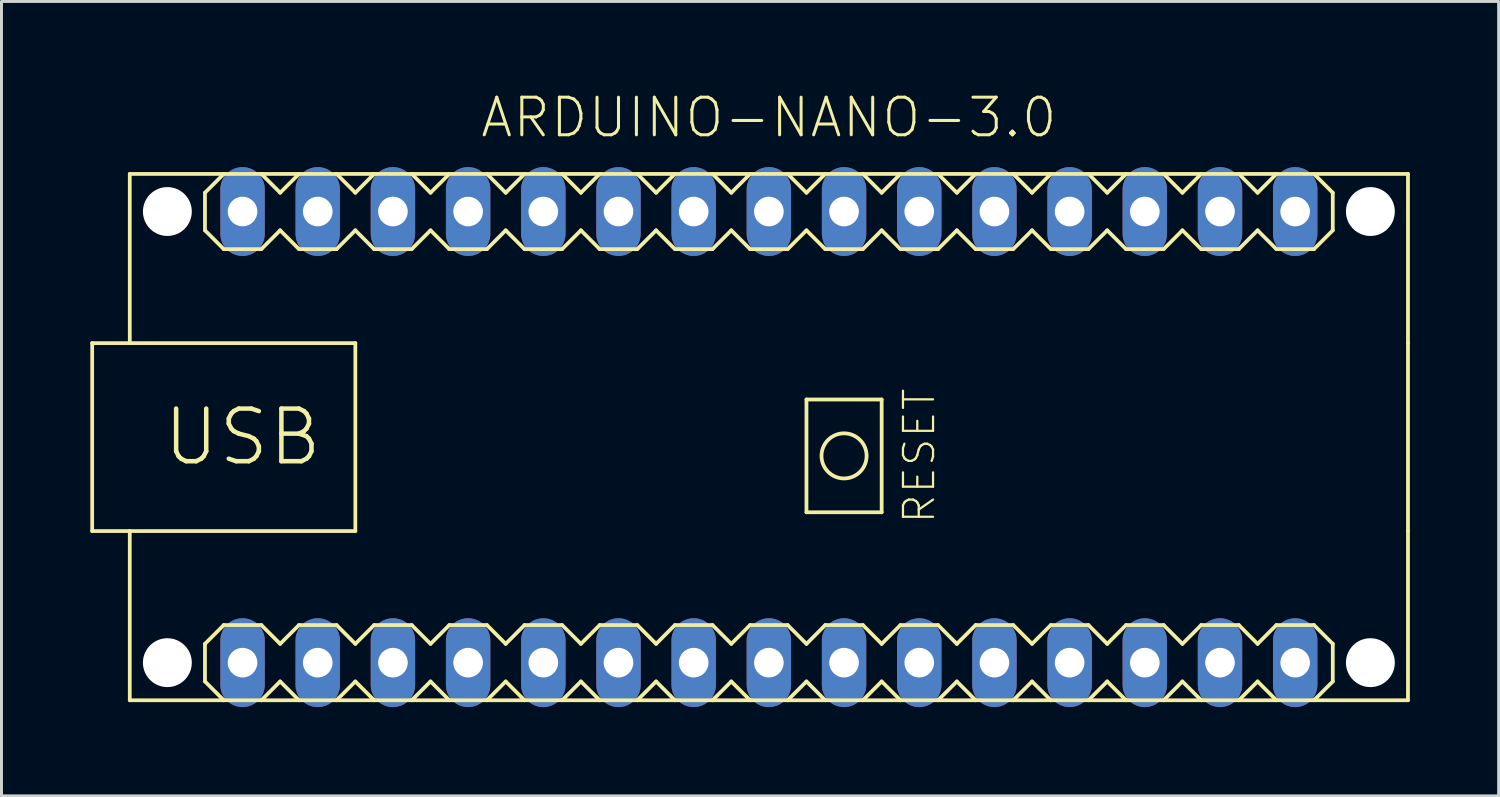
<source format=kicad_pcb>
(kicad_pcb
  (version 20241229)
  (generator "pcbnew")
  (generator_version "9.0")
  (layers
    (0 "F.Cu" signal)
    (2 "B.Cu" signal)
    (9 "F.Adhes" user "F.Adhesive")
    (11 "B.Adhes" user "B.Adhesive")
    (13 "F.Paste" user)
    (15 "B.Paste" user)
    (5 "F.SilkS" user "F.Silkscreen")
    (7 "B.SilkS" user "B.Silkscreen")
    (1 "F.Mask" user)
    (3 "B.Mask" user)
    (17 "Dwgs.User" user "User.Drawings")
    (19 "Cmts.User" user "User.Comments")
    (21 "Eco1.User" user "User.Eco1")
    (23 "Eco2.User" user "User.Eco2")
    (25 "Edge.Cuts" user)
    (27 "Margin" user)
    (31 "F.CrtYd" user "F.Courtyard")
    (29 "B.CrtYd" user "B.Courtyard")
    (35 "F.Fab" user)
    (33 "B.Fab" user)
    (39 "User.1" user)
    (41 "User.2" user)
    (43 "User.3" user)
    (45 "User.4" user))
  (footprint "ARDUINO-NANO-3.0"
    (layer "F.Cu")
    (at 22.924 11.716)
    (property "Reference" "ARDUINO-NANO-3.0" (at 0 -10.795 0) (layer "F.SilkS") (effects (font (size 1.27 1.27) (thickness 0.102))))
    (attr exclude_from_pos_files exclude_from_bom)
    (fp_line (start -22.86 -3.175) (end -22.86 3.175) (stroke (width 0.127) (type solid)) (layer "F.SilkS"))
    (fp_line (start -22.86 3.175) (end -21.59 3.175) (stroke (width 0.127) (type solid)) (layer "F.SilkS"))
    (fp_line (start -21.59 -8.89) (end -21.59 -3.175) (stroke (width 0.127) (type solid)) (layer "F.SilkS"))
    (fp_line (start -21.59 -3.175) (end -22.86 -3.175) (stroke (width 0.127) (type solid)) (layer "F.SilkS"))
    (fp_line (start -21.59 -3.175) (end -13.97 -3.175) (stroke (width 0.127) (type solid)) (layer "F.SilkS"))
    (fp_line (start -21.59 3.175) (end -21.59 8.89) (stroke (width 0.127) (type solid)) (layer "F.SilkS"))
    (fp_line (start -21.59 8.89) (end -18.415 8.89) (stroke (width 0.127) (type solid)) (layer "F.SilkS"))
    (fp_line (start -19.05 -8.255) (end -19.05 -6.985) (stroke (width 0.127) (type solid)) (layer "F.SilkS"))
    (fp_line (start -19.05 -6.985) (end -18.415 -6.35) (stroke (width 0.127) (type solid)) (layer "F.SilkS"))
    (fp_line (start -19.05 6.985) (end -19.05 8.255) (stroke (width 0.127) (type solid)) (layer "F.SilkS"))
    (fp_line (start -19.05 8.255) (end -18.415 8.89) (stroke (width 0.127) (type solid)) (layer "F.SilkS"))
    (fp_line (start -18.415 -8.89) (end -21.59 -8.89) (stroke (width 0.127) (type solid)) (layer "F.SilkS"))
    (fp_line (start -18.415 -8.89) (end -19.05 -8.255) (stroke (width 0.127) (type solid)) (layer "F.SilkS"))
    (fp_line (start -18.415 -6.35) (end -17.145 -6.35) (stroke (width 0.127) (type solid)) (layer "F.SilkS"))
    (fp_line (start -18.415 6.35) (end -19.05 6.985) (stroke (width 0.127) (type solid)) (layer "F.SilkS"))
    (fp_line (start -18.415 8.89) (end -17.145 8.89) (stroke (width 0.127) (type solid)) (layer "F.SilkS"))
    (fp_line (start -17.145 -8.89) (end -18.415 -8.89) (stroke (width 0.127) (type solid)) (layer "F.SilkS"))
    (fp_line (start -17.145 -6.35) (end -16.51 -6.985) (stroke (width 0.127) (type solid)) (layer "F.SilkS"))
    (fp_line (start -17.145 6.35) (end -18.415 6.35) (stroke (width 0.127) (type solid)) (layer "F.SilkS"))
    (fp_line (start -17.145 8.89) (end -16.51 8.255) (stroke (width 0.127) (type solid)) (layer "F.SilkS"))
    (fp_line (start -17.145 8.89) (end -15.875 8.89) (stroke (width 0.127) (type solid)) (layer "F.SilkS"))
    (fp_line (start -16.51 -8.255) (end -17.145 -8.89) (stroke (width 0.127) (type solid)) (layer "F.SilkS"))
    (fp_line (start -16.51 -6.985) (end -15.875 -6.35) (stroke (width 0.127) (type solid)) (layer "F.SilkS"))
    (fp_line (start -16.51 6.985) (end -17.145 6.35) (stroke (width 0.127) (type solid)) (layer "F.SilkS"))
    (fp_line (start -16.51 8.255) (end -15.875 8.89) (stroke (width 0.127) (type solid)) (layer "F.SilkS"))
    (fp_line (start -15.875 -8.89) (end -17.145 -8.89) (stroke (width 0.127) (type solid)) (layer "F.SilkS"))
    (fp_line (start -15.875 -8.89) (end -16.51 -8.255) (stroke (width 0.127) (type solid)) (layer "F.SilkS"))
    (fp_line (start -15.875 -6.35) (end -14.605 -6.35) (stroke (width 0.127) (type solid)) (layer "F.SilkS"))
    (fp_line (start -15.875 6.35) (end -16.51 6.985) (stroke (width 0.127) (type solid)) (layer "F.SilkS"))
    (fp_line (start -15.875 8.89) (end -14.605 8.89) (stroke (width 0.127) (type solid)) (layer "F.SilkS"))
    (fp_line (start -14.605 -8.89) (end -15.875 -8.89) (stroke (width 0.127) (type solid)) (layer "F.SilkS"))
    (fp_line (start -14.605 -6.35) (end -13.97 -6.985) (stroke (width 0.127) (type solid)) (layer "F.SilkS"))
    (fp_line (start -14.605 6.35) (end -15.875 6.35) (stroke (width 0.127) (type solid)) (layer "F.SilkS"))
    (fp_line (start -14.605 8.89) (end -13.97 8.255) (stroke (width 0.127) (type solid)) (layer "F.SilkS"))
    (fp_line (start -14.605 8.89) (end -13.335 8.89) (stroke (width 0.127) (type solid)) (layer "F.SilkS"))
    (fp_line (start -13.97 -8.255) (end -14.605 -8.89) (stroke (width 0.127) (type solid)) (layer "F.SilkS"))
    (fp_line (start -13.97 -6.985) (end -13.335 -6.35) (stroke (width 0.127) (type solid)) (layer "F.SilkS"))
    (fp_line (start -13.97 -3.175) (end -13.97 3.175) (stroke (width 0.127) (type solid)) (layer "F.SilkS"))
    (fp_line (start -13.97 3.175) (end -21.59 3.175) (stroke (width 0.127) (type solid)) (layer "F.SilkS"))
    (fp_line (start -13.97 6.985) (end -14.605 6.35) (stroke (width 0.127) (type solid)) (layer "F.SilkS"))
    (fp_line (start -13.97 8.255) (end -13.335 8.89) (stroke (width 0.127) (type solid)) (layer "F.SilkS"))
    (fp_line (start -13.335 -8.89) (end -14.605 -8.89) (stroke (width 0.127) (type solid)) (layer "F.SilkS"))
    (fp_line (start -13.335 -8.89) (end -13.97 -8.255) (stroke (width 0.127) (type solid)) (layer "F.SilkS"))
    (fp_line (start -13.335 -6.35) (end -12.065 -6.35) (stroke (width 0.127) (type solid)) (layer "F.SilkS"))
    (fp_line (start -13.335 6.35) (end -13.97 6.985) (stroke (width 0.127) (type solid)) (layer "F.SilkS"))
    (fp_line (start -13.335 8.89) (end -12.065 8.89) (stroke (width 0.127) (type solid)) (layer "F.SilkS"))
    (fp_line (start -12.065 -8.89) (end -13.335 -8.89) (stroke (width 0.127) (type solid)) (layer "F.SilkS"))
    (fp_line (start -12.065 -6.35) (end -11.43 -6.985) (stroke (width 0.127) (type solid)) (layer "F.SilkS"))
    (fp_line (start -12.065 6.35) (end -13.335 6.35) (stroke (width 0.127) (type solid)) (layer "F.SilkS"))
    (fp_line (start -12.065 8.89) (end -11.43 8.255) (stroke (width 0.127) (type solid)) (layer "F.SilkS"))
    (fp_line (start -12.065 8.89) (end -9.525 8.89) (stroke (width 0.127) (type solid)) (layer "F.SilkS"))
    (fp_line (start -11.43 -8.255) (end -12.065 -8.89) (stroke (width 0.127) (type solid)) (layer "F.SilkS"))
    (fp_line (start -11.43 -6.985) (end -10.795 -6.35) (stroke (width 0.127) (type solid)) (layer "F.SilkS"))
    (fp_line (start -11.43 6.985) (end -12.065 6.35) (stroke (width 0.127) (type solid)) (layer "F.SilkS"))
    (fp_line (start -10.795 -8.89) (end -11.43 -8.255) (stroke (width 0.127) (type solid)) (layer "F.SilkS"))
    (fp_line (start -10.795 -6.35) (end -9.525 -6.35) (stroke (width 0.127) (type solid)) (layer "F.SilkS"))
    (fp_line (start -10.795 6.35) (end -11.43 6.985) (stroke (width 0.127) (type solid)) (layer "F.SilkS"))
    (fp_line (start -10.795 6.35) (end -9.525 6.35) (stroke (width 0.127) (type solid)) (layer "F.SilkS"))
    (fp_line (start -10.795 8.89) (end -11.43 8.255) (stroke (width 0.127) (type solid)) (layer "F.SilkS"))
    (fp_line (start -9.525 -6.35) (end -8.89 -6.985) (stroke (width 0.127) (type solid)) (layer "F.SilkS"))
    (fp_line (start -9.525 6.35) (end -8.89 6.985) (stroke (width 0.127) (type solid)) (layer "F.SilkS"))
    (fp_line (start -9.525 8.89) (end -8.89 8.255) (stroke (width 0.127) (type solid)) (layer "F.SilkS"))
    (fp_line (start -9.525 8.89) (end -8.255 8.89) (stroke (width 0.127) (type solid)) (layer "F.SilkS"))
    (fp_line (start -8.89 -8.255) (end -9.525 -8.89) (stroke (width 0.127) (type solid)) (layer "F.SilkS"))
    (fp_line (start -8.89 -6.985) (end -8.255 -6.35) (stroke (width 0.127) (type solid)) (layer "F.SilkS"))
    (fp_line (start -8.89 6.985) (end -8.255 6.35) (stroke (width 0.127) (type solid)) (layer "F.SilkS"))
    (fp_line (start -8.89 8.255) (end -8.255 8.89) (stroke (width 0.127) (type solid)) (layer "F.SilkS"))
    (fp_line (start -8.255 -8.89) (end -8.89 -8.255) (stroke (width 0.127) (type solid)) (layer "F.SilkS"))
    (fp_line (start -8.255 -6.35) (end -6.985 -6.35) (stroke (width 0.127) (type solid)) (layer "F.SilkS"))
    (fp_line (start -8.255 6.35) (end -6.985 6.35) (stroke (width 0.127) (type solid)) (layer "F.SilkS"))
    (fp_line (start -8.255 8.89) (end -6.985 8.89) (stroke (width 0.127) (type solid)) (layer "F.SilkS"))
    (fp_line (start -6.985 -6.35) (end -6.35 -6.985) (stroke (width 0.127) (type solid)) (layer "F.SilkS"))
    (fp_line (start -6.985 6.35) (end -6.35 6.985) (stroke (width 0.127) (type solid)) (layer "F.SilkS"))
    (fp_line (start -6.985 8.89) (end -6.35 8.255) (stroke (width 0.127) (type solid)) (layer "F.SilkS"))
    (fp_line (start -6.985 8.89) (end -5.715 8.89) (stroke (width 0.127) (type solid)) (layer "F.SilkS"))
    (fp_line (start -6.35 -8.255) (end -6.985 -8.89) (stroke (width 0.127) (type solid)) (layer "F.SilkS"))
    (fp_line (start -6.35 -6.985) (end -5.715 -6.35) (stroke (width 0.127) (type solid)) (layer "F.SilkS"))
    (fp_line (start -6.35 6.985) (end -5.715 6.35) (stroke (width 0.127) (type solid)) (layer "F.SilkS"))
    (fp_line (start -6.35 8.255) (end -5.715 8.89) (stroke (width 0.127) (type solid)) (layer "F.SilkS"))
    (fp_line (start -5.715 -8.89) (end -6.35 -8.255) (stroke (width 0.127) (type solid)) (layer "F.SilkS"))
    (fp_line (start -5.715 -6.35) (end -4.445 -6.35) (stroke (width 0.127) (type solid)) (layer "F.SilkS"))
    (fp_line (start -5.715 6.35) (end -4.445 6.35) (stroke (width 0.127) (type solid)) (layer "F.SilkS"))
    (fp_line (start -5.715 8.89) (end -4.445 8.89) (stroke (width 0.127) (type solid)) (layer "F.SilkS"))
    (fp_line (start -4.445 -8.89) (end -12.065 -8.89) (stroke (width 0.127) (type solid)) (layer "F.SilkS"))
    (fp_line (start -4.445 -6.35) (end -3.81 -6.985) (stroke (width 0.127) (type solid)) (layer "F.SilkS"))
    (fp_line (start -4.445 6.35) (end -3.81 6.985) (stroke (width 0.127) (type solid)) (layer "F.SilkS"))
    (fp_line (start -4.445 8.89) (end -3.81 8.255) (stroke (width 0.127) (type solid)) (layer "F.SilkS"))
    (fp_line (start -4.445 8.89) (end -3.175 8.89) (stroke (width 0.127) (type solid)) (layer "F.SilkS"))
    (fp_line (start -3.81 -8.255) (end -4.445 -8.89) (stroke (width 0.127) (type solid)) (layer "F.SilkS"))
    (fp_line (start -3.81 -6.985) (end -3.175 -6.35) (stroke (width 0.127) (type solid)) (layer "F.SilkS"))
    (fp_line (start -3.81 6.985) (end -3.175 6.35) (stroke (width 0.127) (type solid)) (layer "F.SilkS"))
    (fp_line (start -3.81 8.255) (end -3.175 8.89) (stroke (width 0.127) (type solid)) (layer "F.SilkS"))
    (fp_line (start -3.175 -8.89) (end -3.81 -8.255) (stroke (width 0.127) (type solid)) (layer "F.SilkS"))
    (fp_line (start -3.175 -6.35) (end -1.905 -6.35) (stroke (width 0.127) (type solid)) (layer "F.SilkS"))
    (fp_line (start -3.175 6.35) (end -1.905 6.35) (stroke (width 0.127) (type solid)) (layer "F.SilkS"))
    (fp_line (start -3.175 8.89) (end -1.905 8.89) (stroke (width 0.127) (type solid)) (layer "F.SilkS"))
    (fp_line (start -1.905 -6.35) (end -1.27 -6.985) (stroke (width 0.127) (type solid)) (layer "F.SilkS"))
    (fp_line (start -1.905 6.35) (end -1.27 6.985) (stroke (width 0.127) (type solid)) (layer "F.SilkS"))
    (fp_line (start -1.905 8.89) (end -1.27 8.255) (stroke (width 0.127) (type solid)) (layer "F.SilkS"))
    (fp_line (start -1.905 8.89) (end -0.635 8.89) (stroke (width 0.127) (type solid)) (layer "F.SilkS"))
    (fp_line (start -1.27 -8.255) (end -1.905 -8.89) (stroke (width 0.127) (type solid)) (layer "F.SilkS"))
    (fp_line (start -1.27 -6.985) (end -0.635 -6.35) (stroke (width 0.127) (type solid)) (layer "F.SilkS"))
    (fp_line (start -1.27 6.985) (end -0.635 6.35) (stroke (width 0.127) (type solid)) (layer "F.SilkS"))
    (fp_line (start -1.27 8.255) (end -0.635 8.89) (stroke (width 0.127) (type solid)) (layer "F.SilkS"))
    (fp_line (start -0.635 -8.89) (end -1.27 -8.255) (stroke (width 0.127) (type solid)) (layer "F.SilkS"))
    (fp_line (start -0.635 -6.35) (end 0.635 -6.35) (stroke (width 0.127) (type solid)) (layer "F.SilkS"))
    (fp_line (start -0.635 6.35) (end 0.635 6.35) (stroke (width 0.127) (type solid)) (layer "F.SilkS"))
    (fp_line (start -0.635 8.89) (end 0.635 8.89) (stroke (width 0.127) (type solid)) (layer "F.SilkS"))
    (fp_line (start 0.635 -6.35) (end 1.27 -6.985) (stroke (width 0.127) (type solid)) (layer "F.SilkS"))
    (fp_line (start 0.635 6.35) (end 1.27 6.985) (stroke (width 0.127) (type solid)) (layer "F.SilkS"))
    (fp_line (start 0.635 8.89) (end 1.27 8.255) (stroke (width 0.127) (type solid)) (layer "F.SilkS"))
    (fp_line (start 0.635 8.89) (end 1.905 8.89) (stroke (width 0.127) (type solid)) (layer "F.SilkS"))
    (fp_line (start 1.27 -8.255) (end 0.635 -8.89) (stroke (width 0.127) (type solid)) (layer "F.SilkS"))
    (fp_line (start 1.27 -6.985) (end 1.905 -6.35) (stroke (width 0.127) (type solid)) (layer "F.SilkS"))
    (fp_line (start 1.27 -1.27) (end 1.27 2.54) (stroke (width 0.127) (type solid)) (layer "F.SilkS"))
    (fp_line (start 1.27 2.54) (end 3.81 2.54) (stroke (width 0.127) (type solid)) (layer "F.SilkS"))
    (fp_line (start 1.27 6.985) (end 1.905 6.35) (stroke (width 0.127) (type solid)) (layer "F.SilkS"))
    (fp_line (start 1.27 8.255) (end 1.905 8.89) (stroke (width 0.127) (type solid)) (layer "F.SilkS"))
    (fp_line (start 1.905 -8.89) (end 1.27 -8.255) (stroke (width 0.127) (type solid)) (layer "F.SilkS"))
    (fp_line (start 1.905 -6.35) (end 3.175 -6.35) (stroke (width 0.127) (type solid)) (layer "F.SilkS"))
    (fp_line (start 1.905 6.35) (end 3.175 6.35) (stroke (width 0.127) (type solid)) (layer "F.SilkS"))
    (fp_line (start 1.905 8.89) (end 3.175 8.89) (stroke (width 0.127) (type solid)) (layer "F.SilkS"))
    (fp_line (start 3.175 -6.35) (end 3.81 -6.985) (stroke (width 0.127) (type solid)) (layer "F.SilkS"))
    (fp_line (start 3.175 6.35) (end 3.81 6.985) (stroke (width 0.127) (type solid)) (layer "F.SilkS"))
    (fp_line (start 3.175 8.89) (end 3.81 8.255) (stroke (width 0.127) (type solid)) (layer "F.SilkS"))
    (fp_line (start 3.175 8.89) (end 4.445 8.89) (stroke (width 0.127) (type solid)) (layer "F.SilkS"))
    (fp_line (start 3.81 -8.255) (end 3.175 -8.89) (stroke (width 0.127) (type solid)) (layer "F.SilkS"))
    (fp_line (start 3.81 -6.985) (end 4.445 -6.35) (stroke (width 0.127) (type solid)) (layer "F.SilkS"))
    (fp_line (start 3.81 -1.27) (end 1.27 -1.27) (stroke (width 0.127) (type solid)) (layer "F.SilkS"))
    (fp_line (start 3.81 2.54) (end 3.81 -1.27) (stroke (width 0.127) (type solid)) (layer "F.SilkS"))
    (fp_line (start 3.81 6.985) (end 4.445 6.35) (stroke (width 0.127) (type solid)) (layer "F.SilkS"))
    (fp_line (start 3.81 8.255) (end 4.445 8.89) (stroke (width 0.127) (type solid)) (layer "F.SilkS"))
    (fp_line (start 4.445 -8.89) (end 3.81 -8.255) (stroke (width 0.127) (type solid)) (layer "F.SilkS"))
    (fp_line (start 4.445 -6.35) (end 5.715 -6.35) (stroke (width 0.127) (type solid)) (layer "F.SilkS"))
    (fp_line (start 4.445 6.35) (end 5.715 6.35) (stroke (width 0.127) (type solid)) (layer "F.SilkS"))
    (fp_line (start 4.445 8.89) (end 5.715 8.89) (stroke (width 0.127) (type solid)) (layer "F.SilkS"))
    (fp_line (start 5.715 -6.35) (end 6.35 -6.985) (stroke (width 0.127) (type solid)) (layer "F.SilkS"))
    (fp_line (start 5.715 6.35) (end 6.35 6.985) (stroke (width 0.127) (type solid)) (layer "F.SilkS"))
    (fp_line (start 5.715 8.89) (end 6.35 8.255) (stroke (width 0.127) (type solid)) (layer "F.SilkS"))
    (fp_line (start 5.715 8.89) (end 6.985 8.89) (stroke (width 0.127) (type solid)) (layer "F.SilkS"))
    (fp_line (start 6.35 -8.255) (end 5.715 -8.89) (stroke (width 0.127) (type solid)) (layer "F.SilkS"))
    (fp_line (start 6.35 -6.985) (end 6.985 -6.35) (stroke (width 0.127) (type solid)) (layer "F.SilkS"))
    (fp_line (start 6.35 6.985) (end 6.985 6.35) (stroke (width 0.127) (type solid)) (layer "F.SilkS"))
    (fp_line (start 6.35 8.255) (end 6.985 8.89) (stroke (width 0.127) (type solid)) (layer "F.SilkS"))
    (fp_line (start 6.985 -8.89) (end 6.35 -8.255) (stroke (width 0.127) (type solid)) (layer "F.SilkS"))
    (fp_line (start 6.985 -6.35) (end 8.255 -6.35) (stroke (width 0.127) (type solid)) (layer "F.SilkS"))
    (fp_line (start 6.985 6.35) (end 8.255 6.35) (stroke (width 0.127) (type solid)) (layer "F.SilkS"))
    (fp_line (start 6.985 8.89) (end 8.255 8.89) (stroke (width 0.127) (type solid)) (layer "F.SilkS"))
    (fp_line (start 8.255 -6.35) (end 8.89 -6.985) (stroke (width 0.127) (type solid)) (layer "F.SilkS"))
    (fp_line (start 8.255 6.35) (end 8.89 6.985) (stroke (width 0.127) (type solid)) (layer "F.SilkS"))
    (fp_line (start 8.255 8.89) (end 8.89 8.255) (stroke (width 0.127) (type solid)) (layer "F.SilkS"))
    (fp_line (start 8.255 8.89) (end 9.525 8.89) (stroke (width 0.127) (type solid)) (layer "F.SilkS"))
    (fp_line (start 8.89 -8.255) (end 8.255 -8.89) (stroke (width 0.127) (type solid)) (layer "F.SilkS"))
    (fp_line (start 8.89 -6.985) (end 9.525 -6.35) (stroke (width 0.127) (type solid)) (layer "F.SilkS"))
    (fp_line (start 8.89 6.985) (end 9.525 6.35) (stroke (width 0.127) (type solid)) (layer "F.SilkS"))
    (fp_line (start 8.89 8.255) (end 9.525 8.89) (stroke (width 0.127) (type solid)) (layer "F.SilkS"))
    (fp_line (start 9.525 -8.89) (end 8.89 -8.255) (stroke (width 0.127) (type solid)) (layer "F.SilkS"))
    (fp_line (start 9.525 -6.35) (end 10.795 -6.35) (stroke (width 0.127) (type solid)) (layer "F.SilkS"))
    (fp_line (start 9.525 6.35) (end 10.795 6.35) (stroke (width 0.127) (type solid)) (layer "F.SilkS"))
    (fp_line (start 9.525 8.89) (end 10.795 8.89) (stroke (width 0.127) (type solid)) (layer "F.SilkS"))
    (fp_line (start 10.795 -6.35) (end 11.43 -6.985) (stroke (width 0.127) (type solid)) (layer "F.SilkS"))
    (fp_line (start 10.795 6.35) (end 11.43 6.985) (stroke (width 0.127) (type solid)) (layer "F.SilkS"))
    (fp_line (start 10.795 8.89) (end 11.43 8.255) (stroke (width 0.127) (type solid)) (layer "F.SilkS"))
    (fp_line (start 10.795 8.89) (end 12.065 8.89) (stroke (width 0.127) (type solid)) (layer "F.SilkS"))
    (fp_line (start 11.43 -8.255) (end 10.795 -8.89) (stroke (width 0.127) (type solid)) (layer "F.SilkS"))
    (fp_line (start 11.43 -8.255) (end 12.065 -8.89) (stroke (width 0.127) (type solid)) (layer "F.SilkS"))
    (fp_line (start 11.43 -6.985) (end 12.065 -6.35) (stroke (width 0.127) (type solid)) (layer "F.SilkS"))
    (fp_line (start 11.43 6.985) (end 12.065 6.35) (stroke (width 0.127) (type solid)) (layer "F.SilkS"))
    (fp_line (start 11.43 8.255) (end 12.065 8.89) (stroke (width 0.127) (type solid)) (layer "F.SilkS"))
    (fp_line (start 12.065 -8.89) (end -4.445 -8.89) (stroke (width 0.127) (type solid)) (layer "F.SilkS"))
    (fp_line (start 12.065 -6.35) (end 13.335 -6.35) (stroke (width 0.127) (type solid)) (layer "F.SilkS"))
    (fp_line (start 12.065 6.35) (end 13.335 6.35) (stroke (width 0.127) (type solid)) (layer "F.SilkS"))
    (fp_line (start 12.065 8.89) (end 13.335 8.89) (stroke (width 0.127) (type solid)) (layer "F.SilkS"))
    (fp_line (start 13.335 -6.35) (end 13.97 -6.985) (stroke (width 0.127) (type solid)) (layer "F.SilkS"))
    (fp_line (start 13.335 6.35) (end 13.97 6.985) (stroke (width 0.127) (type solid)) (layer "F.SilkS"))
    (fp_line (start 13.335 8.89) (end 13.97 8.255) (stroke (width 0.127) (type solid)) (layer "F.SilkS"))
    (fp_line (start 13.335 8.89) (end 14.605 8.89) (stroke (width 0.127) (type solid)) (layer "F.SilkS"))
    (fp_line (start 13.97 -8.255) (end 13.335 -8.89) (stroke (width 0.127) (type solid)) (layer "F.SilkS"))
    (fp_line (start 13.97 -6.985) (end 14.605 -6.35) (stroke (width 0.127) (type solid)) (layer "F.SilkS"))
    (fp_line (start 13.97 6.985) (end 14.605 6.35) (stroke (width 0.127) (type solid)) (layer "F.SilkS"))
    (fp_line (start 13.97 8.255) (end 14.605 8.89) (stroke (width 0.127) (type solid)) (layer "F.SilkS"))
    (fp_line (start 14.605 -8.89) (end 13.97 -8.255) (stroke (width 0.127) (type solid)) (layer "F.SilkS"))
    (fp_line (start 14.605 -6.35) (end 15.875 -6.35) (stroke (width 0.127) (type solid)) (layer "F.SilkS"))
    (fp_line (start 14.605 6.35) (end 15.875 6.35) (stroke (width 0.127) (type solid)) (layer "F.SilkS"))
    (fp_line (start 14.605 8.89) (end 15.875 8.89) (stroke (width 0.127) (type solid)) (layer "F.SilkS"))
    (fp_line (start 15.875 -8.89) (end 12.065 -8.89) (stroke (width 0.127) (type solid)) (layer "F.SilkS"))
    (fp_line (start 15.875 -6.35) (end 16.51 -6.985) (stroke (width 0.127) (type solid)) (layer "F.SilkS"))
    (fp_line (start 15.875 6.35) (end 16.51 6.985) (stroke (width 0.127) (type solid)) (layer "F.SilkS"))
    (fp_line (start 15.875 8.89) (end 17.145 8.89) (stroke (width 0.127) (type solid)) (layer "F.SilkS"))
    (fp_line (start 16.51 -8.255) (end 15.875 -8.89) (stroke (width 0.127) (type solid)) (layer "F.SilkS"))
    (fp_line (start 16.51 -6.985) (end 17.145 -6.35) (stroke (width 0.127) (type solid)) (layer "F.SilkS"))
    (fp_line (start 16.51 6.985) (end 17.145 6.35) (stroke (width 0.127) (type solid)) (layer "F.SilkS"))
    (fp_line (start 16.51 8.255) (end 15.875 8.89) (stroke (width 0.127) (type solid)) (layer "F.SilkS"))
    (fp_line (start 17.145 -8.89) (end 16.51 -8.255) (stroke (width 0.127) (type solid)) (layer "F.SilkS"))
    (fp_line (start 17.145 -6.35) (end 18.415 -6.35) (stroke (width 0.127) (type solid)) (layer "F.SilkS"))
    (fp_line (start 17.145 6.35) (end 18.415 6.35) (stroke (width 0.127) (type solid)) (layer "F.SilkS"))
    (fp_line (start 17.145 8.89) (end 16.51 8.255) (stroke (width 0.127) (type solid)) (layer "F.SilkS"))
    (fp_line (start 18.415 -6.35) (end 19.05 -6.985) (stroke (width 0.127) (type solid)) (layer "F.SilkS"))
    (fp_line (start 18.415 8.89) (end 19.05 8.255) (stroke (width 0.127) (type solid)) (layer "F.SilkS"))
    (fp_line (start 19.05 -8.255) (end 18.415 -8.89) (stroke (width 0.127) (type solid)) (layer "F.SilkS"))
    (fp_line (start 19.05 -8.255) (end 19.05 -6.985) (stroke (width 0.127) (type solid)) (layer "F.SilkS"))
    (fp_line (start 19.05 6.985) (end 18.415 6.35) (stroke (width 0.127) (type solid)) (layer "F.SilkS"))
    (fp_line (start 19.05 6.985) (end 19.05 8.255) (stroke (width 0.127) (type solid)) (layer "F.SilkS"))
    (fp_line (start 21.59 -8.89) (end 15.875 -8.89) (stroke (width 0.127) (type solid)) (layer "F.SilkS"))
    (fp_line (start 21.59 -8.89) (end 21.59 -3.175) (stroke (width 0.127) (type solid)) (layer "F.SilkS"))
    (fp_line (start 21.59 -3.175) (end 21.59 3.175) (stroke (width 0.127) (type solid)) (layer "F.SilkS"))
    (fp_line (start 21.59 3.175) (end 21.59 8.89) (stroke (width 0.127) (type solid)) (layer "F.SilkS"))
    (fp_line (start 21.59 8.89) (end 17.145 8.89) (stroke (width 0.127) (type solid)) (layer "F.SilkS"))
    (fp_circle (center 2.54 0.635) (end 2.54 -0.127) (stroke (width 0.127) (type solid)) (fill no) (layer "F.SilkS"))
    (fp_text user "USB" (at -17.78 0 0) (layer "F.SilkS") (effects (font (size 1.778 1.778) (thickness 0.152))))
    (fp_text user "RESET" (at 5.08 0.635 90) (layer "F.SilkS") (effects (font (size 1.016 1.016) (thickness 0.076))))
    (pad "" np_thru_hole circle (at -20.32 -7.62) (size 1.651 1.651) (drill 1.651) (layers "*.Cu" "*.Mask"))
    (pad "" np_thru_hole circle (at -20.32 7.62) (size 1.651 1.651) (drill 1.651) (layers "*.Cu" "*.Mask"))
    (pad "" np_thru_hole circle (at 20.32 -7.62) (size 1.651 1.651) (drill 1.651) (layers "*.Cu" "*.Mask"))
    (pad "" np_thru_hole circle (at 20.32 7.62) (size 1.651 1.651) (drill 1.651) (layers "*.Cu" "*.Mask"))
    (pad "J1.1" thru_hole oval (at 17.78 -7.62) (size 1.5 3) (drill 1) (layers "*.Cu" "*.Mask"))
    (pad "J1.2" thru_hole oval (at 15.24 -7.62) (size 1.5 3) (drill 1) (layers "*.Cu" "*.Mask"))
    (pad "J1.3" thru_hole oval (at 12.7 -7.62) (size 1.5 3) (drill 1) (layers "*.Cu" "*.Mask"))
    (pad "J1.4" thru_hole oval (at 10.16 -7.62) (size 1.5 3) (drill 1) (layers "*.Cu" "*.Mask"))
    (pad "J1.5" thru_hole oval (at 7.62 -7.62) (size 1.5 3) (drill 1) (layers "*.Cu" "*.Mask"))
    (pad "J1.6" thru_hole oval (at 5.08 -7.62) (size 1.5 3) (drill 1) (layers "*.Cu" "*.Mask"))
    (pad "J1.7" thru_hole oval (at 2.54 -7.62) (size 1.5 3) (drill 1) (layers "*.Cu" "*.Mask"))
    (pad "J1.8" thru_hole oval (at 0 -7.62) (size 1.5 3) (drill 1) (layers "*.Cu" "*.Mask"))
    (pad "J1.9" thru_hole oval (at -2.54 -7.62) (size 1.5 3) (drill 1) (layers "*.Cu" "*.Mask"))
    (pad "J1.10" thru_hole oval (at -5.08 -7.62) (size 1.5 3) (drill 1) (layers "*.Cu" "*.Mask"))
    (pad "J1.11" thru_hole oval (at -7.62 -7.62) (size 1.5 3) (drill 1) (layers "*.Cu" "*.Mask"))
    (pad "J1.12" thru_hole oval (at -10.16 -7.62) (size 1.5 3) (drill 1) (layers "*.Cu" "*.Mask"))
    (pad "J1.13" thru_hole oval (at -12.7 -7.62) (size 1.5 3) (drill 1) (layers "*.Cu" "*.Mask"))
    (pad "J1.14" thru_hole oval (at -15.24 -7.62) (size 1.5 3) (drill 1) (layers "*.Cu" "*.Mask"))
    (pad "J1.15" thru_hole oval (at -17.78 -7.62) (size 1.5 3) (drill 1) (layers "*.Cu" "*.Mask"))
    (pad "J2.1" thru_hole oval (at 17.78 7.62) (size 1.5 3) (drill 1) (layers "*.Cu" "*.Mask"))
    (pad "J2.2" thru_hole oval (at 15.24 7.62) (size 1.5 3) (drill 1) (layers "*.Cu" "*.Mask"))
    (pad "J2.3" thru_hole oval (at 12.7 7.62) (size 1.5 3) (drill 1) (layers "*.Cu" "*.Mask"))
    (pad "J2.4" thru_hole oval (at 10.16 7.62) (size 1.5 3) (drill 1) (layers "*.Cu" "*.Mask"))
    (pad "J2.5" thru_hole oval (at 7.62 7.62) (size 1.5 3) (drill 1) (layers "*.Cu" "*.Mask"))
    (pad "J2.6" thru_hole oval (at 5.08 7.62) (size 1.5 3) (drill 1) (layers "*.Cu" "*.Mask"))
    (pad "J2.7" thru_hole oval (at 2.54 7.62) (size 1.5 3) (drill 1) (layers "*.Cu" "*.Mask"))
    (pad "J2.8" thru_hole oval (at 0 7.62) (size 1.5 3) (drill 1) (layers "*.Cu" "*.Mask"))
    (pad "J2.9" thru_hole oval (at -2.54 7.62) (size 1.5 3) (drill 1) (layers "*.Cu" "*.Mask"))
    (pad "J2.10" thru_hole oval (at -5.08 7.62) (size 1.5 3) (drill 1) (layers "*.Cu" "*.Mask"))
    (pad "J2.11" thru_hole oval (at -7.62 7.62) (size 1.5 3) (drill 1) (layers "*.Cu" "*.Mask"))
    (pad "J2.12" thru_hole oval (at -10.16 7.62) (size 1.5 3) (drill 1) (layers "*.Cu" "*.Mask"))
    (pad "J2.13" thru_hole oval (at -12.7 7.62) (size 1.5 3) (drill 1) (layers "*.Cu" "*.Mask"))
    (pad "J2.14" thru_hole oval (at -15.24 7.62) (size 1.5 3) (drill 1) (layers "*.Cu" "*.Mask"))
    (pad "J2.15" thru_hole oval (at -17.78 7.62) (size 1.5 3) (drill 1) (layers "*.Cu" "*.Mask")))
  (gr_rect
    (start -3 -3)
    (end 47.577 23.836)
    (stroke (width 0.1) (type default))
    (fill no)
    (layer "Edge.Cuts")))
</source>
